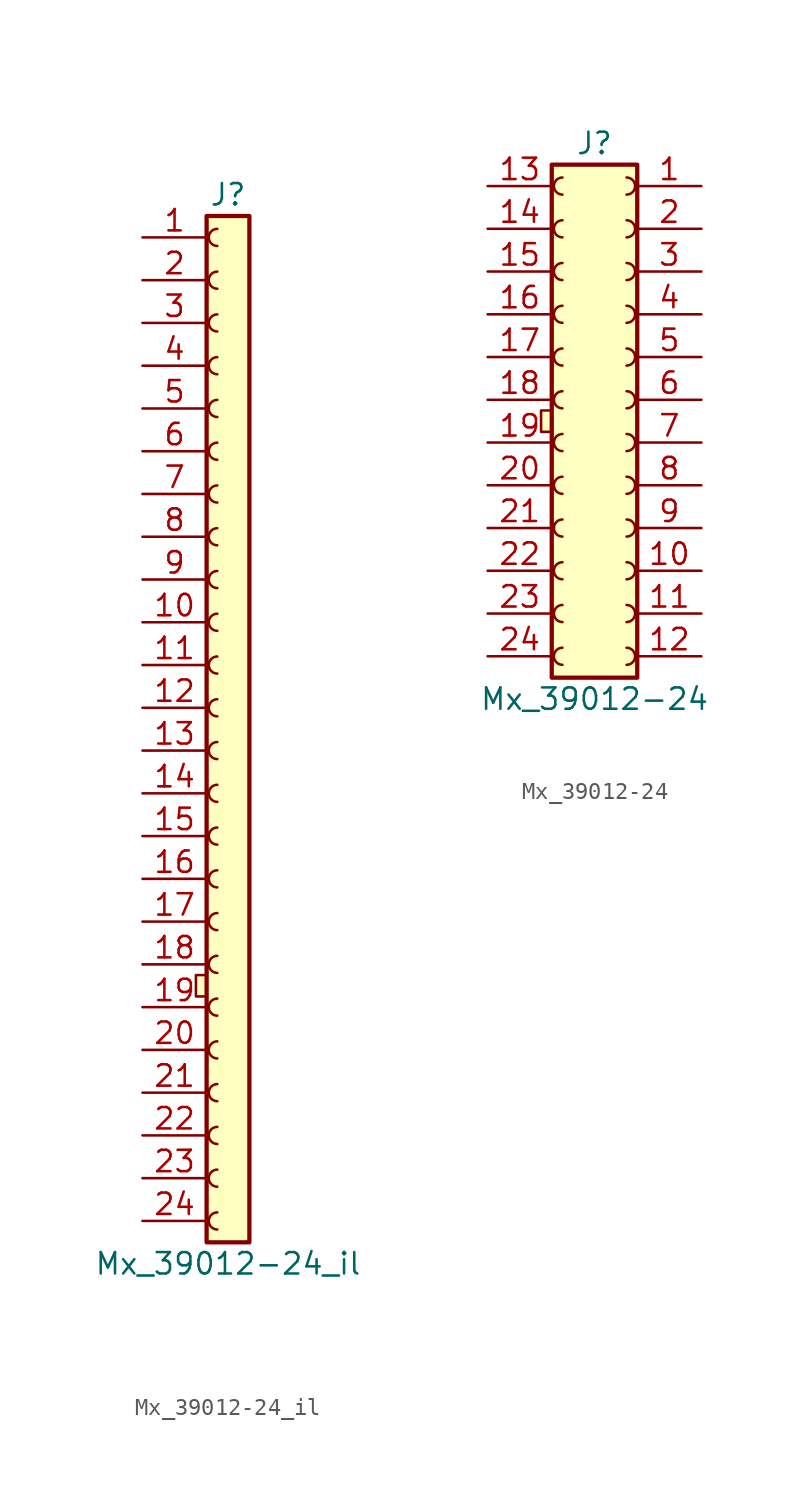
<source format=kicad_sym>
(kicad_symbol_lib
  (version 20220914)
  (generator kicad_symbol_editor)
  (symbol "Mx_39012-24_il"
    (pin_names
      (offset 1.016) hide)
    (property "Reference" "J"
      (at 0 31.75 0)
      (effects (font (size 1.27 1.27))))
    (property "Value" "Mx_39012-24_il"
      (at 0 -31.75 0)
      (effects (font (size 1.27 1.27))))
    (symbol "Mx_39012-24_il_0_1"
      (rectangle (start -1.905 -14.605) (end -1.27 -15.875) (stroke (width 0) (type default)) (fill (type background))))
    (symbol "Mx_39012-24_il_1_1"
      (arc (start -0.635 -28.702) (mid -1.1408 -29.21) (end -0.635 -29.718) (stroke (width 0) (type default)) (fill (type none)))
      (arc (start -0.635 -26.162) (mid -1.1408 -26.67) (end -0.635 -27.178) (stroke (width 0) (type default)) (fill (type none)))
      (arc (start -0.635 -23.622) (mid -1.1408 -24.13) (end -0.635 -24.638) (stroke (width 0) (type default)) (fill (type none)))
      (arc (start -0.635 -21.082) (mid -1.1408 -21.59) (end -0.635 -22.098) (stroke (width 0) (type default)) (fill (type none)))
      (arc (start -0.635 -18.542) (mid -1.1408 -19.05) (end -0.635 -19.558) (stroke (width 0) (type default)) (fill (type none)))
      (arc (start -0.635 -16.002) (mid -1.1408 -16.51) (end -0.635 -17.018) (stroke (width 0) (type default)) (fill (type none)))
      (arc (start -0.635 -13.462) (mid -1.1408 -13.97) (end -0.635 -14.478) (stroke (width 0) (type default)) (fill (type none)))
      (arc (start -0.635 -10.922) (mid -1.1408 -11.43) (end -0.635 -11.938) (stroke (width 0) (type default)) (fill (type none)))
      (arc (start -0.635 -8.382) (mid -1.1408 -8.89) (end -0.635 -9.398) (stroke (width 0) (type default)) (fill (type none)))
      (arc (start -0.635 -5.842) (mid -1.1408 -6.35) (end -0.635 -6.858) (stroke (width 0) (type default)) (fill (type none)))
      (arc (start -0.635 -3.302) (mid -1.1408 -3.81) (end -0.635 -4.318) (stroke (width 0) (type default)) (fill (type none)))
      (arc (start -0.635 -0.762) (mid -1.1408 -1.27) (end -0.635 -1.778) (stroke (width 0) (type default)) (fill (type none)))
      (arc (start -0.635 1.778) (mid -1.1408 1.27) (end -0.635 0.762) (stroke (width 0) (type default)) (fill (type none)))
      (arc (start -0.635 4.318) (mid -1.1408 3.81) (end -0.635 3.302) (stroke (width 0) (type default)) (fill (type none)))
      (arc (start -0.635 6.858) (mid -1.1408 6.35) (end -0.635 5.842) (stroke (width 0) (type default)) (fill (type none)))
      (arc (start -0.635 9.398) (mid -1.1408 8.89) (end -0.635 8.382) (stroke (width 0) (type default)) (fill (type none)))
      (arc (start -0.635 11.938) (mid -1.1408 11.43) (end -0.635 10.922) (stroke (width 0) (type default)) (fill (type none)))
      (arc (start -0.635 14.478) (mid -1.1408 13.97) (end -0.635 13.462) (stroke (width 0) (type default)) (fill (type none)))
      (arc (start -0.635 17.018) (mid -1.1408 16.51) (end -0.635 16.002) (stroke (width 0) (type default)) (fill (type none)))
      (arc (start -0.635 19.558) (mid -1.1408 19.05) (end -0.635 18.542) (stroke (width 0) (type default)) (fill (type none)))
      (arc (start -0.635 22.098) (mid -1.1408 21.59) (end -0.635 21.082) (stroke (width 0) (type default)) (fill (type none)))
      (arc (start -0.635 24.638) (mid -1.1408 24.13) (end -0.635 23.622) (stroke (width 0) (type default)) (fill (type none)))
      (arc (start -0.635 27.178) (mid -1.1408 26.67) (end -0.635 26.162) (stroke (width 0) (type default)) (fill (type none)))
      (arc (start -0.635 29.718) (mid -1.1408 29.21) (end -0.635 28.702) (stroke (width 0) (type default)) (fill (type none)))
      (rectangle (start 1.27 30.48) (end -1.27 -30.48) (stroke (width 0.254) (type default)) (fill (type background)))
      (pin passive line (at -5.08 29.21 0) (length 3.81) (name "~" (effects (font (size 1.27 1.27)))) (number "1" (effects (font (size 1.27 1.27)))))
      (pin passive line (at -5.08 6.35 0) (length 3.81) (name "~" (effects (font (size 1.27 1.27)))) (number "10" (effects (font (size 1.27 1.27)))))
      (pin passive line (at -5.08 3.81 0) (length 3.81) (name "~" (effects (font (size 1.27 1.27)))) (number "11" (effects (font (size 1.27 1.27)))))
      (pin passive line (at -5.08 1.27 0) (length 3.81) (name "~" (effects (font (size 1.27 1.27)))) (number "12" (effects (font (size 1.27 1.27)))))
      (pin passive line (at -5.08 -1.27 0) (length 3.81) (name "~" (effects (font (size 1.27 1.27)))) (number "13" (effects (font (size 1.27 1.27)))))
      (pin passive line (at -5.08 -3.81 0) (length 3.81) (name "~" (effects (font (size 1.27 1.27)))) (number "14" (effects (font (size 1.27 1.27)))))
      (pin passive line (at -5.08 -6.35 0) (length 3.81) (name "~" (effects (font (size 1.27 1.27)))) (number "15" (effects (font (size 1.27 1.27)))))
      (pin passive line (at -5.08 -8.89 0) (length 3.81) (name "~" (effects (font (size 1.27 1.27)))) (number "16" (effects (font (size 1.27 1.27)))))
      (pin passive line (at -5.08 -11.43 0) (length 3.81) (name "~" (effects (font (size 1.27 1.27)))) (number "17" (effects (font (size 1.27 1.27)))))
      (pin passive line (at -5.08 -13.97 0) (length 3.81) (name "~" (effects (font (size 1.27 1.27)))) (number "18" (effects (font (size 1.27 1.27)))))
      (pin passive line (at -5.08 -16.51 0) (length 3.81) (name "~" (effects (font (size 1.27 1.27)))) (number "19" (effects (font (size 1.27 1.27)))))
      (pin passive line (at -5.08 26.67 0) (length 3.81) (name "~" (effects (font (size 1.27 1.27)))) (number "2" (effects (font (size 1.27 1.27)))))
      (pin passive line (at -5.08 -19.05 0) (length 3.81) (name "~" (effects (font (size 1.27 1.27)))) (number "20" (effects (font (size 1.27 1.27)))))
      (pin passive line (at -5.08 -21.59 0) (length 3.81) (name "~" (effects (font (size 1.27 1.27)))) (number "21" (effects (font (size 1.27 1.27)))))
      (pin passive line (at -5.08 -24.13 0) (length 3.81) (name "~" (effects (font (size 1.27 1.27)))) (number "22" (effects (font (size 1.27 1.27)))))
      (pin passive line (at -5.08 -26.67 0) (length 3.81) (name "~" (effects (font (size 1.27 1.27)))) (number "23" (effects (font (size 1.27 1.27)))))
      (pin passive line (at -5.08 -29.21 0) (length 3.81) (name "~" (effects (font (size 1.27 1.27)))) (number "24" (effects (font (size 1.27 1.27)))))
      (pin passive line (at -5.08 24.13 0) (length 3.81) (name "~" (effects (font (size 1.27 1.27)))) (number "3" (effects (font (size 1.27 1.27)))))
      (pin passive line (at -5.08 21.59 0) (length 3.81) (name "~" (effects (font (size 1.27 1.27)))) (number "4" (effects (font (size 1.27 1.27)))))
      (pin passive line (at -5.08 19.05 0) (length 3.81) (name "~" (effects (font (size 1.27 1.27)))) (number "5" (effects (font (size 1.27 1.27)))))
      (pin passive line (at -5.08 16.51 0) (length 3.81) (name "~" (effects (font (size 1.27 1.27)))) (number "6" (effects (font (size 1.27 1.27)))))
      (pin passive line (at -5.08 13.97 0) (length 3.81) (name "~" (effects (font (size 1.27 1.27)))) (number "7" (effects (font (size 1.27 1.27)))))
      (pin passive line (at -5.08 11.43 0) (length 3.81) (name "~" (effects (font (size 1.27 1.27)))) (number "8" (effects (font (size 1.27 1.27)))))
      (pin passive line (at -5.08 8.89 0) (length 3.81) (name "~" (effects (font (size 1.27 1.27)))) (number "9" (effects (font (size 1.27 1.27)))))))
  (symbol "Mx_39012-24"
    (pin_names
      (offset 1.016) hide)
    (property "Reference" "J"
      (at 0 16.51 0)
      (effects (font (size 1.27 1.27))))
    (property "Value" "Mx_39012-24"
      (at 0 -16.51 0)
      (effects (font (size 1.27 1.27))))
    (symbol "Mx_39012-24_0_1"
      (rectangle (start -3.175 0.635) (end -2.54 -0.635) (stroke (width 0) (type default)) (fill (type background))))
    (symbol "Mx_39012-24_1_1"
      (arc (start -1.905 -13.462) (mid -2.4108 -13.97) (end -1.905 -14.478) (stroke (width 0) (type default)) (fill (type none)))
      (arc (start -1.905 -10.922) (mid -2.4108 -11.43) (end -1.905 -11.938) (stroke (width 0) (type default)) (fill (type none)))
      (arc (start -1.905 -8.382) (mid -2.4108 -8.89) (end -1.905 -9.398) (stroke (width 0) (type default)) (fill (type none)))
      (arc (start -1.905 -5.842) (mid -2.4108 -6.35) (end -1.905 -6.858) (stroke (width 0) (type default)) (fill (type none)))
      (arc (start -1.905 -3.302) (mid -2.4108 -3.81) (end -1.905 -4.318) (stroke (width 0) (type default)) (fill (type none)))
      (arc (start -1.905 -0.762) (mid -2.4108 -1.27) (end -1.905 -1.778) (stroke (width 0) (type default)) (fill (type none)))
      (arc (start -1.905 1.778) (mid -2.4108 1.27) (end -1.905 0.762) (stroke (width 0) (type default)) (fill (type none)))
      (arc (start -1.905 4.318) (mid -2.4108 3.81) (end -1.905 3.302) (stroke (width 0) (type default)) (fill (type none)))
      (arc (start -1.905 6.858) (mid -2.4108 6.35) (end -1.905 5.842) (stroke (width 0) (type default)) (fill (type none)))
      (arc (start -1.905 9.398) (mid -2.4108 8.89) (end -1.905 8.382) (stroke (width 0) (type default)) (fill (type none)))
      (arc (start -1.905 11.938) (mid -2.4108 11.43) (end -1.905 10.922) (stroke (width 0) (type default)) (fill (type none)))
      (arc (start -1.905 14.478) (mid -2.4108 13.97) (end -1.905 13.462) (stroke (width 0) (type default)) (fill (type none)))
      (arc (start 1.905 -14.478) (mid 2.4108 -13.97) (end 1.905 -13.462) (stroke (width 0) (type default)) (fill (type none)))
      (arc (start 1.905 -11.938) (mid 2.4108 -11.43) (end 1.905 -10.922) (stroke (width 0) (type default)) (fill (type none)))
      (arc (start 1.905 -9.398) (mid 2.4108 -8.89) (end 1.905 -8.382) (stroke (width 0) (type default)) (fill (type none)))
      (arc (start 1.905 -6.858) (mid 2.4108 -6.35) (end 1.905 -5.842) (stroke (width 0) (type default)) (fill (type none)))
      (arc (start 1.905 -4.318) (mid 2.4108 -3.81) (end 1.905 -3.302) (stroke (width 0) (type default)) (fill (type none)))
      (arc (start 1.905 -1.778) (mid 2.4108 -1.27) (end 1.905 -0.762) (stroke (width 0) (type default)) (fill (type none)))
      (arc (start 1.905 0.762) (mid 2.4108 1.27) (end 1.905 1.778) (stroke (width 0) (type default)) (fill (type none)))
      (arc (start 1.905 3.302) (mid 2.4108 3.81) (end 1.905 4.318) (stroke (width 0) (type default)) (fill (type none)))
      (arc (start 1.905 5.842) (mid 2.4108 6.35) (end 1.905 6.858) (stroke (width 0) (type default)) (fill (type none)))
      (arc (start 1.905 8.382) (mid 2.4108 8.89) (end 1.905 9.398) (stroke (width 0) (type default)) (fill (type none)))
      (arc (start 1.905 10.922) (mid 2.4108 11.43) (end 1.905 11.938) (stroke (width 0) (type default)) (fill (type none)))
      (arc (start 1.905 13.462) (mid 2.4108 13.97) (end 1.905 14.478) (stroke (width 0) (type default)) (fill (type none)))
      (rectangle (start 2.54 15.24) (end -2.54 -15.24) (stroke (width 0.254) (type default)) (fill (type background)))
      (pin passive line (at 6.35 13.97 180) (length 3.81) (name "~" (effects (font (size 1.27 1.27)))) (number "1" (effects (font (size 1.27 1.27)))))
      (pin passive line (at 6.35 -8.89 180) (length 3.81) (name "~" (effects (font (size 1.27 1.27)))) (number "10" (effects (font (size 1.27 1.27)))))
      (pin passive line (at 6.35 -11.43 180) (length 3.81) (name "~" (effects (font (size 1.27 1.27)))) (number "11" (effects (font (size 1.27 1.27)))))
      (pin passive line (at 6.35 -13.97 180) (length 3.81) (name "~" (effects (font (size 1.27 1.27)))) (number "12" (effects (font (size 1.27 1.27)))))
      (pin passive line (at -6.35 13.97 0) (length 3.81) (name "~" (effects (font (size 1.27 1.27)))) (number "13" (effects (font (size 1.27 1.27)))))
      (pin passive line (at -6.35 11.43 0) (length 3.81) (name "~" (effects (font (size 1.27 1.27)))) (number "14" (effects (font (size 1.27 1.27)))))
      (pin passive line (at -6.35 8.89 0) (length 3.81) (name "~" (effects (font (size 1.27 1.27)))) (number "15" (effects (font (size 1.27 1.27)))))
      (pin passive line (at -6.35 6.35 0) (length 3.81) (name "~" (effects (font (size 1.27 1.27)))) (number "16" (effects (font (size 1.27 1.27)))))
      (pin passive line (at -6.35 3.81 0) (length 3.81) (name "~" (effects (font (size 1.27 1.27)))) (number "17" (effects (font (size 1.27 1.27)))))
      (pin passive line (at -6.35 1.27 0) (length 3.81) (name "~" (effects (font (size 1.27 1.27)))) (number "18" (effects (font (size 1.27 1.27)))))
      (pin passive line (at -6.35 -1.27 0) (length 3.81) (name "~" (effects (font (size 1.27 1.27)))) (number "19" (effects (font (size 1.27 1.27)))))
      (pin passive line (at 6.35 11.43 180) (length 3.81) (name "~" (effects (font (size 1.27 1.27)))) (number "2" (effects (font (size 1.27 1.27)))))
      (pin passive line (at -6.35 -3.81 0) (length 3.81) (name "~" (effects (font (size 1.27 1.27)))) (number "20" (effects (font (size 1.27 1.27)))))
      (pin passive line (at -6.35 -6.35 0) (length 3.81) (name "~" (effects (font (size 1.27 1.27)))) (number "21" (effects (font (size 1.27 1.27)))))
      (pin passive line (at -6.35 -8.89 0) (length 3.81) (name "~" (effects (font (size 1.27 1.27)))) (number "22" (effects (font (size 1.27 1.27)))))
      (pin passive line (at -6.35 -11.43 0) (length 3.81) (name "~" (effects (font (size 1.27 1.27)))) (number "23" (effects (font (size 1.27 1.27)))))
      (pin passive line (at -6.35 -13.97 0) (length 3.81) (name "~" (effects (font (size 1.27 1.27)))) (number "24" (effects (font (size 1.27 1.27)))))
      (pin passive line (at 6.35 8.89 180) (length 3.81) (name "~" (effects (font (size 1.27 1.27)))) (number "3" (effects (font (size 1.27 1.27)))))
      (pin passive line (at 6.35 6.35 180) (length 3.81) (name "~" (effects (font (size 1.27 1.27)))) (number "4" (effects (font (size 1.27 1.27)))))
      (pin passive line (at 6.35 3.81 180) (length 3.81) (name "~" (effects (font (size 1.27 1.27)))) (number "5" (effects (font (size 1.27 1.27)))))
      (pin passive line (at 6.35 1.27 180) (length 3.81) (name "~" (effects (font (size 1.27 1.27)))) (number "6" (effects (font (size 1.27 1.27)))))
      (pin passive line (at 6.35 -1.27 180) (length 3.81) (name "~" (effects (font (size 1.27 1.27)))) (number "7" (effects (font (size 1.27 1.27)))))
      (pin passive line (at 6.35 -3.81 180) (length 3.81) (name "~" (effects (font (size 1.27 1.27)))) (number "8" (effects (font (size 1.27 1.27)))))
      (pin passive line (at 6.35 -6.35 180) (length 3.81) (name "~" (effects (font (size 1.27 1.27)))) (number "9" (effects (font (size 1.27 1.27))))))))
</source>
